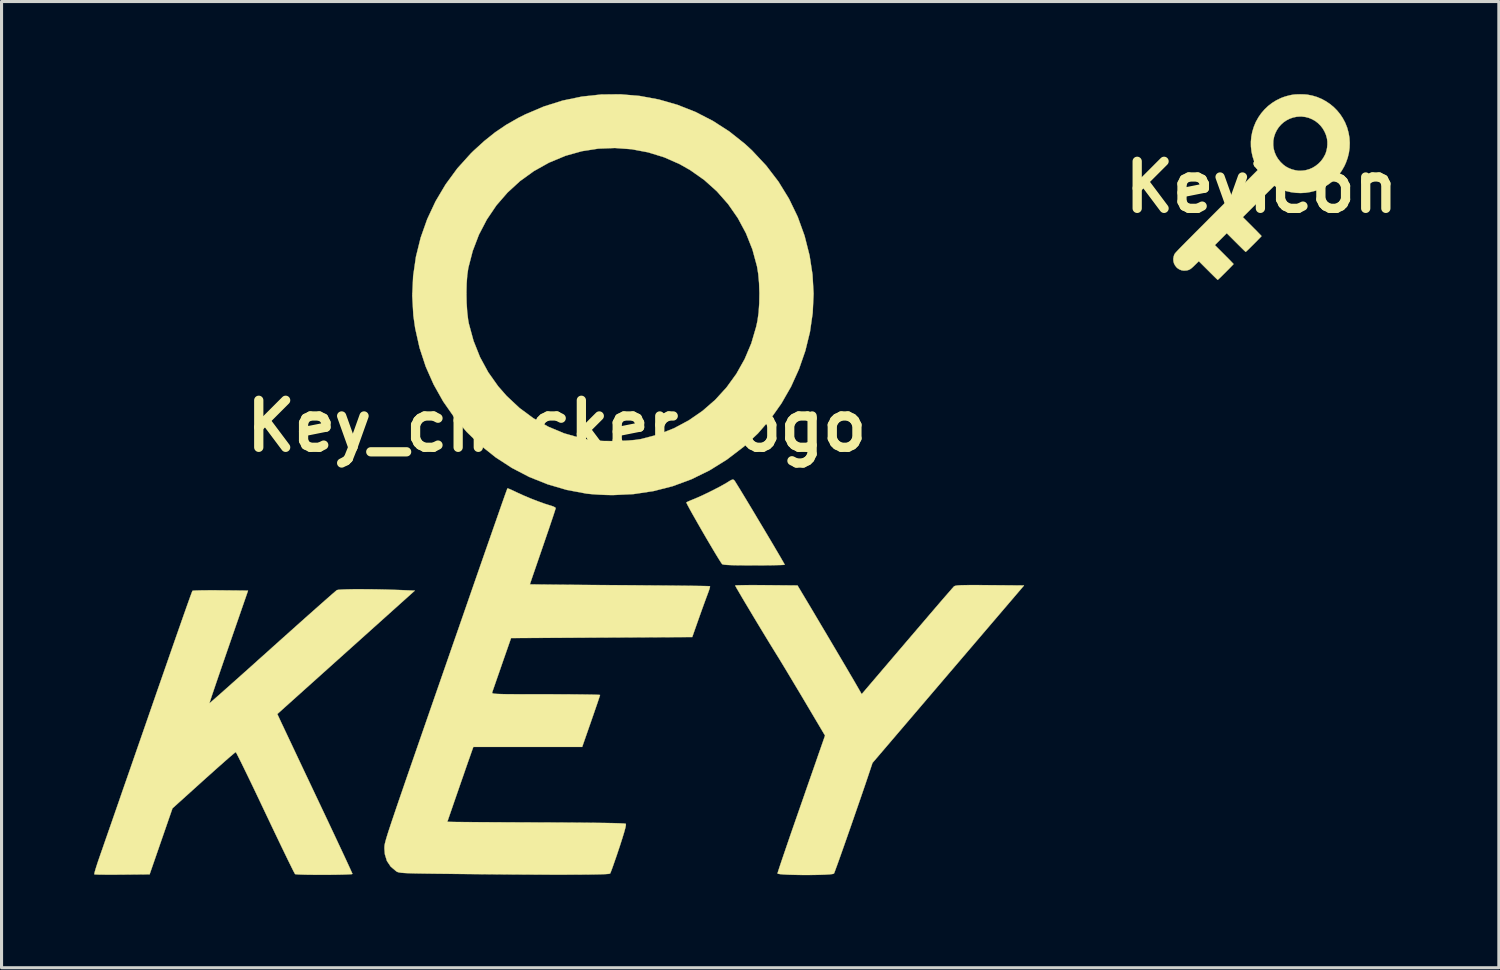
<source format=kicad_pcb>
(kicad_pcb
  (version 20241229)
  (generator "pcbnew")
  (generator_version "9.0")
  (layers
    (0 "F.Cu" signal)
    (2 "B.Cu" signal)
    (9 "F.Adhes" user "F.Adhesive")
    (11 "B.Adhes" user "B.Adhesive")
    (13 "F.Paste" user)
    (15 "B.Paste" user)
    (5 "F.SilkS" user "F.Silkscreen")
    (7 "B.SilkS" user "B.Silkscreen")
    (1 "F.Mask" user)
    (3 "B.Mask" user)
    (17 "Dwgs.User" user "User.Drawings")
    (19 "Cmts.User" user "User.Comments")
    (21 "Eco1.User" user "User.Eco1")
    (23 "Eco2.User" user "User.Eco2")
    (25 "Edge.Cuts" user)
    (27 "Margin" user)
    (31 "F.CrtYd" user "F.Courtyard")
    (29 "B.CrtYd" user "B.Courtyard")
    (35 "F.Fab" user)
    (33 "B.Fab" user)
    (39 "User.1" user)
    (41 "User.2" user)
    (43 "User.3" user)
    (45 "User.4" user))
  (footprint "Key_checker_logo"
    (layer "F.Cu")
    (at 14.984 10.751)
    (property "Reference" "Key_checker_logo" (at 0 0 0) (layer "F.SilkS") (effects (font (size 1.524 1.524) (thickness 0.3))))
    (attr through_hole)
    (fp_poly (pts (xy 5.728 1.738) (xy 5.758 1.765) (xy 5.784 1.804) (xy 5.839 1.893) (xy 5.92 2.024) (xy 6.021 2.19) (xy 6.14 2.386) (xy 6.271 2.604) (xy 6.411 2.837) (xy 6.555 3.079) (xy 6.7 3.321) (xy 6.841 3.558) (xy 6.975 3.783) (xy 7.096 3.989) (xy 7.202 4.169) (xy 7.287 4.315) (xy 7.348 4.422) (xy 7.381 4.482) (xy 7.386 4.492) (xy 7.354 4.497) (xy 7.263 4.502) (xy 7.122 4.505) (xy 6.939 4.509) (xy 6.721 4.511) (xy 6.478 4.512) (xy 6.388 4.512) (xy 6.084 4.511) (xy 5.842 4.509) (xy 5.655 4.505) (xy 5.519 4.499) (xy 5.427 4.491) (xy 5.374 4.48) (xy 5.356 4.47) (xy 5.315 4.41) (xy 5.249 4.306) (xy 5.162 4.164) (xy 5.06 3.994) (xy 4.947 3.803) (xy 4.827 3.599) (xy 4.706 3.39) (xy 4.588 3.185) (xy 4.478 2.991) (xy 4.379 2.817) (xy 4.298 2.67) (xy 4.239 2.559) (xy 4.205 2.491) (xy 4.2 2.474) (xy 4.244 2.45) (xy 4.331 2.412) (xy 4.428 2.372) (xy 4.579 2.309) (xy 4.765 2.224) (xy 4.968 2.126) (xy 5.17 2.023) (xy 5.353 1.926) (xy 5.499 1.843) (xy 5.536 1.819) (xy 5.633 1.76) (xy 5.691 1.734) (xy 5.728 1.738)) (stroke (width 0.01) (type solid)) (fill yes) (layer "F.SilkS"))
    (fp_poly (pts (xy 13.616 5.152) (xy 13.898 5.154) (xy 14.031 5.155) (xy 15.138 5.164) (xy 12.683 8.038) (xy 10.229 10.912) (xy 10.14 11.179) (xy 10.074 11.376) (xy 9.996 11.607) (xy 9.908 11.864) (xy 9.813 12.14) (xy 9.713 12.429) (xy 9.611 12.724) (xy 9.509 13.018) (xy 9.409 13.304) (xy 9.314 13.575) (xy 9.226 13.824) (xy 9.148 14.044) (xy 9.082 14.228) (xy 9.03 14.369) (xy 8.996 14.461) (xy 8.981 14.496) (xy 8.938 14.51) (xy 8.841 14.522) (xy 8.7 14.531) (xy 8.525 14.537) (xy 8.327 14.541) (xy 8.117 14.543) (xy 7.903 14.542) (xy 7.698 14.538) (xy 7.511 14.533) (xy 7.353 14.525) (xy 7.234 14.514) (xy 7.165 14.502) (xy 7.152 14.492) (xy 7.163 14.453) (xy 7.194 14.356) (xy 7.243 14.208) (xy 7.308 14.015) (xy 7.387 13.783) (xy 7.478 13.516) (xy 7.579 13.222) (xy 7.689 12.906) (xy 7.756 12.713) (xy 7.876 12.369) (xy 7.994 12.031) (xy 8.107 11.704) (xy 8.214 11.398) (xy 8.311 11.121) (xy 8.395 10.88) (xy 8.463 10.683) (xy 8.513 10.539) (xy 8.526 10.503) (xy 8.692 10.027) (xy 8.033 8.915) (xy 7.873 8.646) (xy 7.711 8.376) (xy 7.555 8.115) (xy 7.409 7.872) (xy 7.28 7.659) (xy 7.174 7.485) (xy 7.102 7.369) (xy 7.006 7.214) (xy 6.892 7.029) (xy 6.766 6.822) (xy 6.632 6.601) (xy 6.494 6.373) (xy 6.357 6.145) (xy 6.225 5.924) (xy 6.102 5.719) (xy 5.993 5.535) (xy 5.903 5.38) (xy 5.834 5.263) (xy 5.793 5.189) (xy 5.782 5.166) (xy 5.814 5.161) (xy 5.905 5.158) (xy 6.046 5.155) (xy 6.23 5.153) (xy 6.448 5.153) (xy 6.692 5.154) (xy 6.791 5.155) (xy 7.8 5.164) (xy 8.14 5.732) (xy 8.266 5.943) (xy 8.409 6.184) (xy 8.564 6.446) (xy 8.728 6.721) (xy 8.894 7.002) (xy 9.059 7.281) (xy 9.217 7.549) (xy 9.364 7.798) (xy 9.495 8.022) (xy 9.606 8.21) (xy 9.691 8.357) (xy 9.742 8.445) (xy 9.879 8.685) (xy 11.345 6.966) (xy 11.595 6.674) (xy 11.833 6.396) (xy 12.055 6.136) (xy 12.258 5.899) (xy 12.438 5.689) (xy 12.592 5.511) (xy 12.716 5.369) (xy 12.805 5.266) (xy 12.857 5.208) (xy 12.867 5.197) (xy 12.891 5.183) (xy 12.931 5.172) (xy 12.994 5.163) (xy 13.087 5.157) (xy 13.217 5.154) (xy 13.391 5.152) (xy 13.616 5.152)) (stroke (width 0.01) (type solid)) (fill yes) (layer "F.SilkS"))
    (fp_poly (pts (xy 2.693 -10.692) (xy 3.308 -10.578) (xy 3.911 -10.405) (xy 4.496 -10.174) (xy 5.058 -9.885) (xy 5.595 -9.539) (xy 6.1 -9.137) (xy 6.327 -8.927) (xy 6.784 -8.439) (xy 7.183 -7.917) (xy 7.524 -7.363) (xy 7.807 -6.777) (xy 8.029 -6.163) (xy 8.191 -5.523) (xy 8.286 -4.906) (xy 8.321 -4.286) (xy 8.292 -3.664) (xy 8.203 -3.047) (xy 8.054 -2.439) (xy 7.849 -1.847) (xy 7.591 -1.277) (xy 7.281 -0.736) (xy 6.922 -0.228) (xy 6.517 0.24) (xy 6.067 0.662) (xy 6.056 0.671) (xy 5.514 1.085) (xy 4.95 1.436) (xy 4.365 1.723) (xy 3.759 1.947) (xy 3.134 2.107) (xy 2.49 2.204) (xy 1.828 2.236) (xy 1.778 2.236) (xy 1.569 2.231) (xy 1.351 2.221) (xy 1.148 2.207) (xy 0.985 2.191) (xy 0.969 2.189) (xy 0.323 2.068) (xy -0.297 1.886) (xy -0.89 1.649) (xy -1.451 1.357) (xy -1.977 1.015) (xy -2.466 0.626) (xy -2.914 0.192) (xy -3.319 -0.283) (xy -3.678 -0.797) (xy -3.986 -1.345) (xy -4.243 -1.925) (xy -4.443 -2.534) (xy -4.585 -3.168) (xy -4.644 -3.583) (xy -4.68 -4.221) (xy -4.676 -4.307) (xy -2.925 -4.307) (xy -2.919 -3.997) (xy -2.9 -3.701) (xy -2.869 -3.438) (xy -2.847 -3.319) (xy -2.694 -2.758) (xy -2.485 -2.233) (xy -2.219 -1.743) (xy -1.896 -1.287) (xy -1.623 -0.976) (xy -1.206 -0.585) (xy -0.756 -0.253) (xy -0.274 0.021) (xy 0.239 0.236) (xy 0.784 0.391) (xy 1.092 0.451) (xy 1.277 0.472) (xy 1.51 0.484) (xy 1.771 0.487) (xy 2.041 0.482) (xy 2.303 0.47) (xy 2.537 0.45) (xy 2.725 0.422) (xy 2.741 0.419) (xy 3.284 0.275) (xy 3.799 0.072) (xy 4.281 -0.186) (xy 4.728 -0.495) (xy 5.136 -0.851) (xy 5.501 -1.251) (xy 5.82 -1.692) (xy 6.088 -2.169) (xy 6.304 -2.68) (xy 6.462 -3.219) (xy 6.503 -3.409) (xy 6.54 -3.673) (xy 6.561 -3.979) (xy 6.566 -4.305) (xy 6.555 -4.629) (xy 6.528 -4.93) (xy 6.489 -5.17) (xy 6.339 -5.722) (xy 6.131 -6.245) (xy 5.868 -6.735) (xy 5.553 -7.189) (xy 5.189 -7.602) (xy 4.778 -7.971) (xy 4.324 -8.291) (xy 3.984 -8.484) (xy 3.483 -8.705) (xy 2.962 -8.866) (xy 2.427 -8.967) (xy 1.886 -9.007) (xy 1.345 -8.986) (xy 0.812 -8.903) (xy 0.295 -8.758) (xy 0.275 -8.751) (xy -0.253 -8.531) (xy -0.742 -8.257) (xy -1.191 -7.933) (xy -1.596 -7.561) (xy -1.955 -7.147) (xy -2.263 -6.691) (xy -2.52 -6.199) (xy -2.721 -5.673) (xy -2.864 -5.122) (xy -2.898 -4.89) (xy -2.918 -4.611) (xy -2.925 -4.307) (xy -4.676 -4.307) (xy -4.651 -4.857) (xy -4.56 -5.486) (xy -4.407 -6.103) (xy -4.195 -6.702) (xy -3.925 -7.279) (xy -3.599 -7.828) (xy -3.22 -8.345) (xy -2.788 -8.824) (xy -2.703 -8.908) (xy -2.346 -9.234) (xy -1.997 -9.513) (xy -1.637 -9.757) (xy -1.247 -9.98) (xy -1.019 -10.095) (xy -0.421 -10.35) (xy 0.192 -10.543) (xy 0.814 -10.672) (xy 1.441 -10.74) (xy 2.069 -10.746) (xy 2.693 -10.692)) (stroke (width 0.01) (type solid)) (fill yes) (layer "F.SilkS"))
    (fp_poly (pts (xy -6.075 5.287) (xy -5.791 5.291) (xy -5.496 5.298) (xy -5.199 5.308) (xy -5.13 5.31) (xy -4.596 5.331) (xy -9.051 9.329) (xy -8.908 9.636) (xy -8.87 9.716) (xy -8.806 9.851) (xy -8.719 10.036) (xy -8.611 10.264) (xy -8.485 10.531) (xy -8.344 10.83) (xy -8.19 11.156) (xy -8.025 11.504) (xy -7.853 11.868) (xy -7.691 12.21) (xy -7.518 12.575) (xy -7.354 12.923) (xy -7.201 13.248) (xy -7.061 13.547) (xy -6.936 13.813) (xy -6.828 14.044) (xy -6.741 14.233) (xy -6.675 14.377) (xy -6.633 14.47) (xy -6.617 14.507) (xy -6.617 14.508) (xy -6.649 14.516) (xy -6.737 14.522) (xy -6.872 14.528) (xy -7.042 14.532) (xy -7.237 14.535) (xy -7.448 14.537) (xy -7.663 14.537) (xy -7.873 14.536) (xy -8.067 14.534) (xy -8.235 14.53) (xy -8.366 14.525) (xy -8.45 14.518) (xy -8.475 14.513) (xy -8.495 14.479) (xy -8.542 14.39) (xy -8.611 14.25) (xy -8.702 14.066) (xy -8.811 13.841) (xy -8.936 13.582) (xy -9.075 13.292) (xy -9.225 12.978) (xy -9.383 12.645) (xy -9.44 12.525) (xy -9.601 12.186) (xy -9.753 11.866) (xy -9.895 11.569) (xy -10.025 11.301) (xy -10.139 11.067) (xy -10.235 10.871) (xy -10.312 10.719) (xy -10.365 10.615) (xy -10.394 10.565) (xy -10.398 10.561) (xy -10.428 10.583) (xy -10.502 10.645) (xy -10.616 10.742) (xy -10.762 10.87) (xy -10.936 11.024) (xy -11.133 11.2) (xy -11.348 11.392) (xy -11.437 11.472) (xy -12.447 12.383) (xy -12.817 13.452) (xy -13.187 14.521) (xy -14.074 14.53) (xy -14.31 14.532) (xy -14.525 14.532) (xy -14.708 14.531) (xy -14.851 14.529) (xy -14.944 14.525) (xy -14.979 14.52) (xy -14.975 14.484) (xy -14.952 14.396) (xy -14.912 14.266) (xy -14.86 14.106) (xy -14.815 13.977) (xy -14.774 13.857) (xy -14.712 13.681) (xy -14.634 13.455) (xy -14.54 13.185) (xy -14.433 12.879) (xy -14.316 12.541) (xy -14.19 12.179) (xy -14.059 11.799) (xy -13.923 11.409) (xy -13.82 11.113) (xy -13.564 10.375) (xy -13.329 9.699) (xy -13.115 9.081) (xy -12.92 8.519) (xy -12.743 8.012) (xy -12.585 7.557) (xy -12.444 7.152) (xy -12.319 6.794) (xy -12.209 6.481) (xy -12.115 6.212) (xy -12.034 5.983) (xy -11.967 5.793) (xy -11.912 5.64) (xy -11.869 5.52) (xy -11.837 5.433) (xy -11.815 5.375) (xy -11.802 5.344) (xy -11.799 5.338) (xy -11.761 5.332) (xy -11.665 5.327) (xy -11.52 5.323) (xy -11.335 5.321) (xy -11.119 5.32) (xy -10.888 5.322) (xy -9.999 5.331) (xy -10.629 7.151) (xy -10.744 7.484) (xy -10.852 7.798) (xy -10.951 8.086) (xy -11.039 8.344) (xy -11.114 8.566) (xy -11.175 8.746) (xy -11.219 8.879) (xy -11.244 8.959) (xy -11.25 8.981) (xy -11.224 8.96) (xy -11.153 8.899) (xy -11.039 8.799) (xy -10.886 8.664) (xy -10.699 8.498) (xy -10.48 8.303) (xy -10.234 8.084) (xy -9.964 7.843) (xy -9.675 7.583) (xy -9.368 7.309) (xy -9.213 7.169) (xy -8.898 6.887) (xy -8.597 6.618) (xy -8.313 6.364) (xy -8.05 6.13) (xy -7.812 5.919) (xy -7.603 5.734) (xy -7.426 5.578) (xy -7.286 5.455) (xy -7.186 5.369) (xy -7.13 5.322) (xy -7.12 5.315) (xy -7.066 5.304) (xy -6.953 5.296) (xy -6.789 5.29) (xy -6.583 5.286) (xy -6.342 5.286) (xy -6.075 5.287)) (stroke (width 0.01) (type solid)) (fill yes) (layer "F.SilkS"))
    (fp_poly (pts (xy -1.562 2.027) (xy -1.483 2.06) (xy -1.371 2.112) (xy -1.285 2.153) (xy -1.082 2.246) (xy -0.853 2.343) (xy -0.619 2.434) (xy -0.401 2.513) (xy -0.217 2.571) (xy -0.188 2.579) (xy -0.097 2.611) (xy -0.042 2.644) (xy -0.033 2.658) (xy -0.044 2.697) (xy -0.074 2.792) (xy -0.121 2.936) (xy -0.184 3.122) (xy -0.258 3.342) (xy -0.343 3.59) (xy -0.435 3.859) (xy -0.451 3.906) (xy -0.544 4.176) (xy -0.63 4.426) (xy -0.706 4.648) (xy -0.771 4.836) (xy -0.821 4.983) (xy -0.854 5.082) (xy -0.869 5.125) (xy -0.869 5.127) (xy -0.836 5.129) (xy -0.742 5.13) (xy -0.59 5.133) (xy -0.385 5.135) (xy -0.133 5.138) (xy 0.162 5.141) (xy 0.495 5.144) (xy 0.861 5.147) (xy 1.256 5.15) (xy 1.674 5.153) (xy 2.041 5.155) (xy 2.476 5.158) (xy 2.892 5.162) (xy 3.284 5.165) (xy 3.646 5.168) (xy 3.975 5.172) (xy 4.265 5.175) (xy 4.511 5.178) (xy 4.709 5.181) (xy 4.854 5.184) (xy 4.941 5.187) (xy 4.966 5.189) (xy 4.962 5.225) (xy 4.938 5.306) (xy 4.899 5.416) (xy 4.892 5.434) (xy 4.851 5.543) (xy 4.794 5.699) (xy 4.726 5.886) (xy 4.653 6.09) (xy 4.596 6.25) (xy 4.39 6.835) (xy 1.455 6.851) (xy -1.479 6.868) (xy -1.776 7.72) (xy -1.855 7.949) (xy -1.928 8.158) (xy -1.991 8.34) (xy -2.041 8.485) (xy -2.076 8.585) (xy -2.091 8.631) (xy -2.092 8.644) (xy -2.083 8.655) (xy -2.059 8.664) (xy -2.014 8.671) (xy -1.943 8.677) (xy -1.841 8.681) (xy -1.703 8.685) (xy -1.523 8.687) (xy -1.296 8.688) (xy -1.017 8.689) (xy -0.681 8.689) (xy -0.353 8.689) (xy -0.018 8.69) (xy 0.297 8.691) (xy 0.585 8.693) (xy 0.839 8.696) (xy 1.053 8.699) (xy 1.222 8.702) (xy 1.339 8.706) (xy 1.398 8.711) (xy 1.404 8.712) (xy 1.393 8.749) (xy 1.363 8.84) (xy 1.317 8.977) (xy 1.257 9.151) (xy 1.187 9.355) (xy 1.114 9.565) (xy 0.825 10.394) (xy -2.701 10.394) (xy -2.74 10.503) (xy -2.771 10.591) (xy -2.818 10.726) (xy -2.879 10.898) (xy -2.949 11.099) (xy -3.025 11.32) (xy -3.106 11.552) (xy -3.188 11.789) (xy -3.268 12.019) (xy -3.343 12.237) (xy -3.41 12.432) (xy -3.467 12.596) (xy -3.51 12.721) (xy -3.536 12.798) (xy -3.543 12.819) (xy -3.51 12.821) (xy -3.415 12.823) (xy -3.264 12.826) (xy -3.059 12.828) (xy -2.808 12.83) (xy -2.513 12.832) (xy -2.181 12.834) (xy -1.816 12.836) (xy -1.422 12.838) (xy -1.005 12.84) (xy -0.67 12.841) (xy -0.086 12.843) (xy 0.431 12.846) (xy 0.882 12.85) (xy 1.268 12.854) (xy 1.589 12.858) (xy 1.845 12.863) (xy 2.036 12.869) (xy 2.164 12.875) (xy 2.229 12.882) (xy 2.237 12.885) (xy 2.241 12.924) (xy 2.224 13.013) (xy 2.185 13.157) (xy 2.124 13.357) (xy 2.041 13.616) (xy 2.017 13.687) (xy 1.945 13.903) (xy 1.877 14.099) (xy 1.819 14.266) (xy 1.772 14.394) (xy 1.74 14.474) (xy 1.729 14.496) (xy 1.688 14.506) (xy 1.58 14.514) (xy 1.407 14.521) (xy 1.168 14.526) (xy 0.865 14.529) (xy 0.499 14.531) (xy 0.069 14.532) (xy -0.423 14.531) (xy -0.978 14.528) (xy -1.593 14.524) (xy -2.27 14.518) (xy -3.007 14.511) (xy -3.544 14.505) (xy -3.909 14.501) (xy -4.212 14.497) (xy -4.461 14.493) (xy -4.661 14.489) (xy -4.818 14.484) (xy -4.938 14.478) (xy -5.028 14.471) (xy -5.092 14.462) (xy -5.138 14.452) (xy -5.171 14.439) (xy -5.196 14.425) (xy -5.377 14.272) (xy -5.5 14.089) (xy -5.567 13.871) (xy -5.581 13.697) (xy -5.581 13.672) (xy -5.581 13.648) (xy -5.58 13.623) (xy -5.578 13.595) (xy -5.573 13.561) (xy -5.564 13.519) (xy -5.551 13.467) (xy -5.533 13.4) (xy -5.509 13.318) (xy -5.478 13.217) (xy -5.439 13.095) (xy -5.391 12.95) (xy -5.334 12.778) (xy -5.266 12.578) (xy -5.188 12.346) (xy -5.097 12.081) (xy -4.993 11.779) (xy -4.876 11.438) (xy -4.744 11.056) (xy -4.596 10.63) (xy -4.432 10.157) (xy -4.251 9.635) (xy -4.052 9.061) (xy -3.834 8.434) (xy -3.596 7.749) (xy -3.338 7.005) (xy -3.197 6.601) (xy -2.972 5.953) (xy -2.768 5.365) (xy -2.584 4.835) (xy -2.419 4.361) (xy -2.272 3.939) (xy -2.142 3.567) (xy -2.029 3.243) (xy -1.931 2.963) (xy -1.848 2.725) (xy -1.779 2.527) (xy -1.722 2.366) (xy -1.677 2.238) (xy -1.642 2.143) (xy -1.618 2.076) (xy -1.602 2.035) (xy -1.595 2.019) (xy -1.595 2.018) (xy -1.562 2.027)) (stroke (width 0.01) (type solid)) (fill yes) (layer "F.SilkS")))
  (footprint "Keyicon"
    (layer "F.Cu")
    (at 37.815 3.01)
    (property "Reference" "Keyicon" (at 0 0 0) (layer "F.SilkS") (effects (font (size 1.524 1.524) (thickness 0.3))))
    (attr through_hole)
    (fp_poly (pts (xy 1.328 -3.004) (xy 1.401 -3.001) (xy 1.465 -2.996) (xy 1.489 -2.993) (xy 1.647 -2.962) (xy 1.799 -2.917) (xy 1.944 -2.856) (xy 2.083 -2.781) (xy 2.213 -2.694) (xy 2.335 -2.594) (xy 2.446 -2.483) (xy 2.546 -2.361) (xy 2.633 -2.23) (xy 2.708 -2.09) (xy 2.768 -1.941) (xy 2.777 -1.916) (xy 2.82 -1.756) (xy 2.848 -1.594) (xy 2.858 -1.432) (xy 2.852 -1.27) (xy 2.83 -1.109) (xy 2.791 -0.95) (xy 2.736 -0.795) (xy 2.684 -0.68) (xy 2.603 -0.538) (xy 2.509 -0.406) (xy 2.402 -0.285) (xy 2.284 -0.176) (xy 2.154 -0.079) (xy 2.015 0.005) (xy 1.89 0.064) (xy 1.74 0.12) (xy 1.585 0.159) (xy 1.428 0.184) (xy 1.269 0.193) (xy 1.111 0.186) (xy 0.954 0.165) (xy 0.8 0.129) (xy 0.651 0.077) (xy 0.509 0.011) (xy 0.473 -0.009) (xy 0.412 -0.043) (xy -0.097 0.465) (xy -0.605 0.974) (xy -0.303 1.276) (xy -0.244 1.336) (xy -0.188 1.391) (xy -0.138 1.442) (xy -0.094 1.488) (xy -0.057 1.526) (xy -0.028 1.556) (xy -0.009 1.577) (xy -0.000369 1.587) (xy 0 1.588) (xy -0.006 1.595) (xy -0.022 1.613) (xy -0.048 1.64) (xy -0.081 1.674) (xy -0.12 1.714) (xy -0.163 1.759) (xy -0.21 1.805) (xy -0.258 1.854) (xy -0.306 1.901) (xy -0.352 1.947) (xy -0.395 1.99) (xy -0.434 2.028) (xy -0.467 2.059) (xy -0.492 2.082) (xy -0.507 2.096) (xy -0.512 2.1) (xy -0.52 2.094) (xy -0.538 2.077) (xy -0.566 2.051) (xy -0.602 2.016) (xy -0.646 1.973) (xy -0.695 1.924) (xy -0.75 1.87) (xy -0.808 1.812) (xy -0.823 1.797) (xy -1.126 1.494) (xy -1.319 1.687) (xy -1.511 1.88) (xy -1.209 2.182) (xy -1.15 2.242) (xy -1.094 2.297) (xy -1.044 2.348) (xy -1 2.393) (xy -0.963 2.432) (xy -0.934 2.462) (xy -0.915 2.482) (xy -0.906 2.493) (xy -0.906 2.494) (xy -0.912 2.501) (xy -0.928 2.519) (xy -0.954 2.546) (xy -0.987 2.58) (xy -1.026 2.62) (xy -1.069 2.665) (xy -1.116 2.711) (xy -1.164 2.76) (xy -1.212 2.807) (xy -1.258 2.853) (xy -1.301 2.896) (xy -1.34 2.934) (xy -1.373 2.965) (xy -1.398 2.988) (xy -1.413 3.002) (xy -1.418 3.006) (xy -1.426 3) (xy -1.444 2.983) (xy -1.472 2.957) (xy -1.508 2.922) (xy -1.552 2.879) (xy -1.601 2.83) (xy -1.656 2.776) (xy -1.714 2.718) (xy -1.729 2.703) (xy -2.031 2.401) (xy -2.157 2.524) (xy -2.208 2.574) (xy -2.251 2.613) (xy -2.288 2.643) (xy -2.321 2.665) (xy -2.353 2.68) (xy -2.387 2.692) (xy -2.424 2.7) (xy -2.436 2.702) (xy -2.514 2.707) (xy -2.588 2.696) (xy -2.659 2.669) (xy -2.723 2.627) (xy -2.751 2.602) (xy -2.8 2.54) (xy -2.835 2.473) (xy -2.854 2.4) (xy -2.858 2.324) (xy -2.845 2.246) (xy -2.823 2.183) (xy -2.82 2.176) (xy -2.816 2.169) (xy -2.81 2.161) (xy -2.803 2.151) (xy -2.793 2.139) (xy -2.781 2.124) (xy -2.765 2.106) (xy -2.745 2.085) (xy -2.721 2.059) (xy -2.693 2.029) (xy -2.659 1.994) (xy -2.619 1.953) (xy -2.574 1.907) (xy -2.521 1.854) (xy -2.462 1.793) (xy -2.395 1.726) (xy -2.32 1.651) (xy -2.237 1.567) (xy -2.145 1.474) (xy -2.043 1.372) (xy -1.932 1.261) (xy -1.81 1.139) (xy -1.678 1.006) (xy -1.534 0.862) (xy -1.455 0.783) (xy -0.111 -0.563) (xy -0.172 -0.686) (xy -0.239 -0.837) (xy -0.29 -0.993) (xy -0.324 -1.151) (xy -0.342 -1.31) (xy -0.343 -1.367) (xy 0.379 -1.367) (xy 0.392 -1.25) (xy 0.422 -1.136) (xy 0.467 -1.027) (xy 0.527 -0.924) (xy 0.602 -0.828) (xy 0.627 -0.801) (xy 0.707 -0.725) (xy 0.791 -0.663) (xy 0.882 -0.614) (xy 0.981 -0.575) (xy 1.09 -0.546) (xy 1.19 -0.53) (xy 1.219 -0.528) (xy 1.259 -0.529) (xy 1.306 -0.531) (xy 1.355 -0.536) (xy 1.4 -0.541) (xy 1.433 -0.547) (xy 1.547 -0.579) (xy 1.655 -0.626) (xy 1.755 -0.688) (xy 1.848 -0.762) (xy 1.93 -0.847) (xy 2 -0.943) (xy 2.058 -1.048) (xy 2.079 -1.096) (xy 2.105 -1.181) (xy 2.124 -1.275) (xy 2.133 -1.373) (xy 2.133 -1.469) (xy 2.123 -1.559) (xy 2.12 -1.573) (xy 2.088 -1.69) (xy 2.041 -1.799) (xy 1.982 -1.9) (xy 1.911 -1.991) (xy 1.829 -2.072) (xy 1.738 -2.142) (xy 1.638 -2.198) (xy 1.532 -2.242) (xy 1.419 -2.271) (xy 1.302 -2.285) (xy 1.26 -2.286) (xy 1.141 -2.278) (xy 1.025 -2.254) (xy 0.916 -2.216) (xy 0.814 -2.165) (xy 0.719 -2.101) (xy 0.634 -2.025) (xy 0.559 -1.94) (xy 0.496 -1.844) (xy 0.445 -1.741) (xy 0.407 -1.629) (xy 0.384 -1.512) (xy 0.382 -1.486) (xy 0.379 -1.367) (xy -0.343 -1.367) (xy -0.344 -1.471) (xy -0.33 -1.631) (xy -0.299 -1.789) (xy -0.252 -1.945) (xy -0.19 -2.097) (xy -0.178 -2.121) (xy -0.099 -2.262) (xy -0.007 -2.394) (xy 0.099 -2.516) (xy 0.215 -2.627) (xy 0.343 -2.725) (xy 0.479 -2.81) (xy 0.625 -2.881) (xy 0.654 -2.893) (xy 0.727 -2.92) (xy 0.808 -2.945) (xy 0.892 -2.967) (xy 0.974 -2.985) (xy 1.045 -2.996) (xy 1.046 -2.996) (xy 1.104 -3.001) (xy 1.174 -3.004) (xy 1.251 -3.005) (xy 1.328 -3.004)) (stroke (width 0.01) (type solid)) (fill yes) (layer "F.SilkS")))
  (gr_rect
    (start -3 -3)
    (end 45.503 28.298)
    (stroke (width 0.1) (type default))
    (fill no)
    (layer "Edge.Cuts")))
</source>
